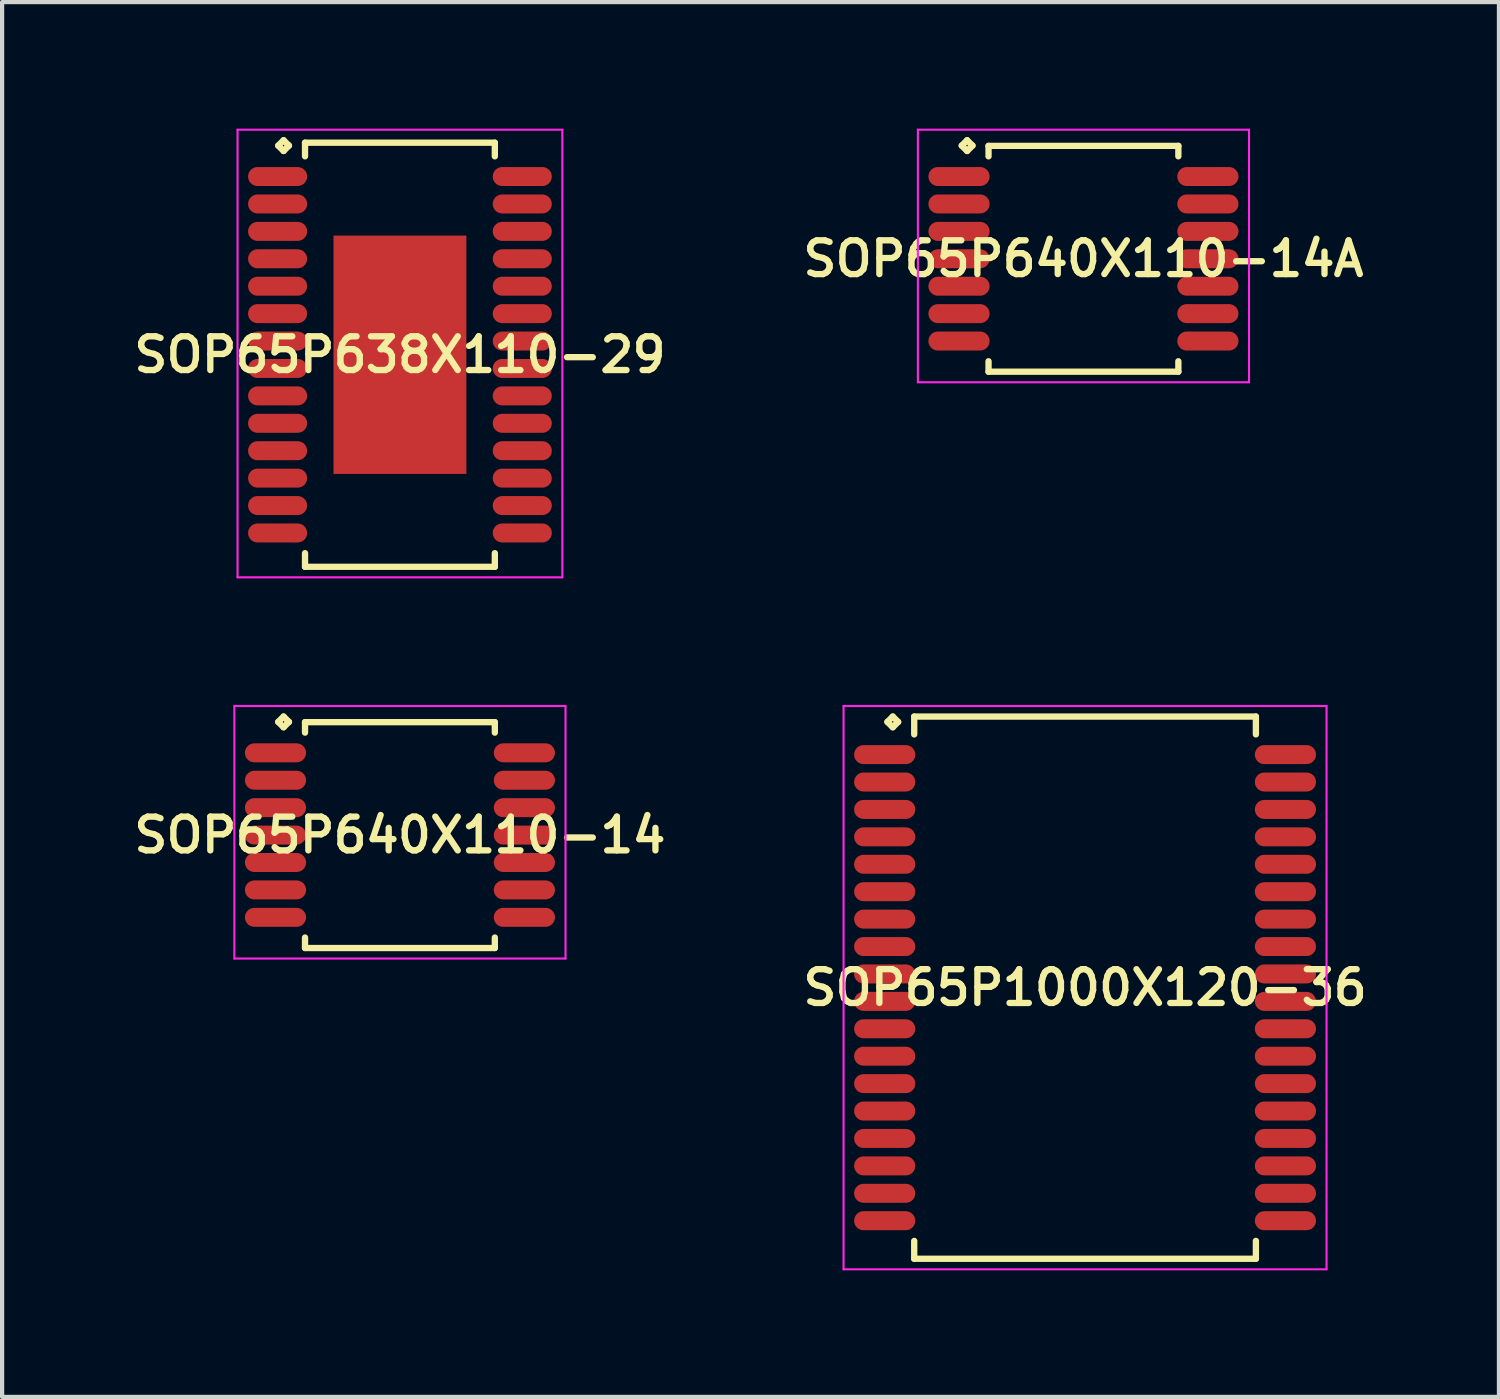
<source format=kicad_pcb>
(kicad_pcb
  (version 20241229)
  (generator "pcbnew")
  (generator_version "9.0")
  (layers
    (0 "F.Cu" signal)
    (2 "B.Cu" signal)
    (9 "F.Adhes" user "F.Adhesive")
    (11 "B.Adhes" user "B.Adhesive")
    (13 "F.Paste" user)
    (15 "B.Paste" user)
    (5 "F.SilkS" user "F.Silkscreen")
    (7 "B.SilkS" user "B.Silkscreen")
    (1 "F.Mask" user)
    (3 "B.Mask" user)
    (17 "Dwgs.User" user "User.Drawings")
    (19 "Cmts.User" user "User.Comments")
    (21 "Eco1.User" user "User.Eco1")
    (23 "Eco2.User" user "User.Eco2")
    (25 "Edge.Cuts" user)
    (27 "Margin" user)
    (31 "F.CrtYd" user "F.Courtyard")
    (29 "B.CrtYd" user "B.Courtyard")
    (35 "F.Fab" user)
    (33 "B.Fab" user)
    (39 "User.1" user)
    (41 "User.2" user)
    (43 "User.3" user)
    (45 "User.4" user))
  (footprint "SOP65P640X110-14A"
    (layer "F.Cu")
    (at 22.635 3.085)
    (property "Reference" "SOP65P640X110-14A" (at 0 0 0) (layer "F.SilkS") (effects (font (size 0.8 0.8) (thickness 0.15))))
    (attr smd)
    (fp_line (start -2.885 -2.683) (end -2.758 -2.81) (stroke (width 0.15) (type solid)) (layer "F.SilkS"))
    (fp_line (start -2.758 -2.81) (end -2.631 -2.683) (stroke (width 0.15) (type solid)) (layer "F.SilkS"))
    (fp_line (start -2.758 -2.556) (end -2.885 -2.683) (stroke (width 0.15) (type solid)) (layer "F.SilkS"))
    (fp_line (start -2.631 -2.683) (end -2.758 -2.556) (stroke (width 0.15) (type solid)) (layer "F.SilkS"))
    (fp_line (start -2.25 -2.677) (end 2.25 -2.677) (stroke (width 0.15) (type solid)) (layer "F.SilkS"))
    (fp_line (start -2.25 -2.429) (end -2.25 -2.677) (stroke (width 0.15) (type solid)) (layer "F.SilkS"))
    (fp_line (start -2.25 2.429) (end -2.25 2.677) (stroke (width 0.15) (type solid)) (layer "F.SilkS"))
    (fp_line (start -2.25 2.677) (end 2.25 2.677) (stroke (width 0.15) (type solid)) (layer "F.SilkS"))
    (fp_line (start 2.25 -2.677) (end 2.25 -2.429) (stroke (width 0.15) (type solid)) (layer "F.SilkS"))
    (fp_line (start 2.25 2.677) (end 2.25 2.429) (stroke (width 0.15) (type solid)) (layer "F.SilkS"))
    (fp_line (start -3.925 -3.06) (end 3.925 -3.06) (stroke (width 0.05) (type solid)) (layer "F.CrtYd"))
    (fp_line (start -3.925 2.927) (end -3.925 -3.06) (stroke (width 0.05) (type solid)) (layer "F.CrtYd"))
    (fp_line (start 3.925 -3.06) (end 3.925 2.927) (stroke (width 0.05) (type solid)) (layer "F.CrtYd"))
    (fp_line (start 3.925 2.927) (end -3.925 2.927) (stroke (width 0.05) (type solid)) (layer "F.CrtYd"))
    (pad "1" smd oval (at -2.95 -1.95) (size 1.45 0.45) (layers "F.Cu" "F.Mask" "F.Paste"))
    (pad "2" smd oval (at -2.95 -1.3) (size 1.45 0.45) (layers "F.Cu" "F.Mask" "F.Paste"))
    (pad "3" smd oval (at -2.95 -0.65) (size 1.45 0.45) (layers "F.Cu" "F.Mask" "F.Paste"))
    (pad "4" smd oval (at -2.95 0) (size 1.45 0.45) (layers "F.Cu" "F.Mask" "F.Paste"))
    (pad "5" smd oval (at -2.95 0.65) (size 1.45 0.45) (layers "F.Cu" "F.Mask" "F.Paste"))
    (pad "6" smd oval (at -2.95 1.3) (size 1.45 0.45) (layers "F.Cu" "F.Mask" "F.Paste"))
    (pad "7" smd oval (at -2.95 1.95) (size 1.45 0.45) (layers "F.Cu" "F.Mask" "F.Paste"))
    (pad "8" smd oval (at 2.95 1.95) (size 1.45 0.45) (layers "F.Cu" "F.Mask" "F.Paste"))
    (pad "9" smd oval (at 2.95 1.3) (size 1.45 0.45) (layers "F.Cu" "F.Mask" "F.Paste"))
    (pad "10" smd oval (at 2.95 0.65) (size 1.45 0.45) (layers "F.Cu" "F.Mask" "F.Paste"))
    (pad "11" smd oval (at 2.95 0) (size 1.45 0.45) (layers "F.Cu" "F.Mask" "F.Paste"))
    (pad "12" smd oval (at 2.95 -0.65) (size 1.45 0.45) (layers "F.Cu" "F.Mask" "F.Paste"))
    (pad "13" smd oval (at 2.95 -1.3) (size 1.45 0.45) (layers "F.Cu" "F.Mask" "F.Paste"))
    (pad "14" smd oval (at 2.95 -1.95) (size 1.45 0.45) (layers "F.Cu" "F.Mask" "F.Paste")))
  (footprint "SOP65P640X110-14"
    (layer "F.Cu")
    (at 6.431 16.747)
    (property "Reference" "SOP65P640X110-14" (at 0 0 0) (layer "F.SilkS") (effects (font (size 0.8 0.8) (thickness 0.15))))
    (attr smd)
    (fp_line (start -2.885 -2.683) (end -2.758 -2.81) (stroke (width 0.15) (type solid)) (layer "F.SilkS"))
    (fp_line (start -2.758 -2.81) (end -2.631 -2.683) (stroke (width 0.15) (type solid)) (layer "F.SilkS"))
    (fp_line (start -2.758 -2.556) (end -2.885 -2.683) (stroke (width 0.15) (type solid)) (layer "F.SilkS"))
    (fp_line (start -2.631 -2.683) (end -2.758 -2.556) (stroke (width 0.15) (type solid)) (layer "F.SilkS"))
    (fp_line (start -2.25 -2.677) (end 2.25 -2.677) (stroke (width 0.15) (type solid)) (layer "F.SilkS"))
    (fp_line (start -2.25 -2.429) (end -2.25 -2.677) (stroke (width 0.15) (type solid)) (layer "F.SilkS"))
    (fp_line (start -2.25 2.429) (end -2.25 2.677) (stroke (width 0.15) (type solid)) (layer "F.SilkS"))
    (fp_line (start -2.25 2.677) (end 2.25 2.677) (stroke (width 0.15) (type solid)) (layer "F.SilkS"))
    (fp_line (start 2.25 -2.677) (end 2.25 -2.429) (stroke (width 0.15) (type solid)) (layer "F.SilkS"))
    (fp_line (start 2.25 2.677) (end 2.25 2.429) (stroke (width 0.15) (type solid)) (layer "F.SilkS"))
    (fp_line (start -3.925 -3.06) (end 3.925 -3.06) (stroke (width 0.05) (type solid)) (layer "F.CrtYd"))
    (fp_line (start -3.925 2.927) (end -3.925 -3.06) (stroke (width 0.05) (type solid)) (layer "F.CrtYd"))
    (fp_line (start 3.925 -3.06) (end 3.925 2.927) (stroke (width 0.05) (type solid)) (layer "F.CrtYd"))
    (fp_line (start 3.925 2.927) (end -3.925 2.927) (stroke (width 0.05) (type solid)) (layer "F.CrtYd"))
    (pad "1" smd oval (at -2.95 -1.95) (size 1.45 0.45) (layers "F.Cu" "F.Mask" "F.Paste"))
    (pad "2" smd oval (at -2.95 -1.3) (size 1.45 0.45) (layers "F.Cu" "F.Mask" "F.Paste"))
    (pad "3" smd oval (at -2.95 -0.65) (size 1.45 0.45) (layers "F.Cu" "F.Mask" "F.Paste"))
    (pad "4" smd oval (at -2.95 0) (size 1.45 0.45) (layers "F.Cu" "F.Mask" "F.Paste"))
    (pad "5" smd oval (at -2.95 0.65) (size 1.45 0.45) (layers "F.Cu" "F.Mask" "F.Paste"))
    (pad "6" smd oval (at -2.95 1.3) (size 1.45 0.45) (layers "F.Cu" "F.Mask" "F.Paste"))
    (pad "7" smd oval (at -2.95 1.95) (size 1.45 0.45) (layers "F.Cu" "F.Mask" "F.Paste"))
    (pad "8" smd oval (at 2.95 1.95) (size 1.45 0.45) (layers "F.Cu" "F.Mask" "F.Paste"))
    (pad "9" smd oval (at 2.95 1.3) (size 1.45 0.45) (layers "F.Cu" "F.Mask" "F.Paste"))
    (pad "10" smd oval (at 2.95 0.65) (size 1.45 0.45) (layers "F.Cu" "F.Mask" "F.Paste"))
    (pad "11" smd oval (at 2.95 0) (size 1.45 0.45) (layers "F.Cu" "F.Mask" "F.Paste"))
    (pad "12" smd oval (at 2.95 -0.65) (size 1.45 0.45) (layers "F.Cu" "F.Mask" "F.Paste"))
    (pad "13" smd oval (at 2.95 -1.3) (size 1.45 0.45) (layers "F.Cu" "F.Mask" "F.Paste"))
    (pad "14" smd oval (at 2.95 -1.95) (size 1.45 0.45) (layers "F.Cu" "F.Mask" "F.Paste")))
  (footprint "SOP65P638X110-29"
    (layer "F.Cu")
    (at 6.431 5.36)
    (property "Reference" "SOP65P638X110-29" (at 0 0 0) (layer "F.SilkS") (effects (font (size 0.8 0.8) (thickness 0.15))))
    (attr smd)
    (fp_line (start -2.885 -4.958) (end -2.758 -5.085) (stroke (width 0.15) (type solid)) (layer "F.SilkS"))
    (fp_line (start -2.758 -5.085) (end -2.631 -4.958) (stroke (width 0.15) (type solid)) (layer "F.SilkS"))
    (fp_line (start -2.758 -4.831) (end -2.885 -4.958) (stroke (width 0.15) (type solid)) (layer "F.SilkS"))
    (fp_line (start -2.631 -4.958) (end -2.758 -4.831) (stroke (width 0.15) (type solid)) (layer "F.SilkS"))
    (fp_line (start -2.25 -5.027) (end 2.25 -5.027) (stroke (width 0.15) (type solid)) (layer "F.SilkS"))
    (fp_line (start -2.25 -4.704) (end -2.25 -5.027) (stroke (width 0.15) (type solid)) (layer "F.SilkS"))
    (fp_line (start -2.25 4.704) (end -2.25 5.027) (stroke (width 0.15) (type solid)) (layer "F.SilkS"))
    (fp_line (start -2.25 5.027) (end 2.25 5.027) (stroke (width 0.15) (type solid)) (layer "F.SilkS"))
    (fp_line (start 2.25 -5.027) (end 2.25 -4.704) (stroke (width 0.15) (type solid)) (layer "F.SilkS"))
    (fp_line (start 2.25 5.027) (end 2.25 4.704) (stroke (width 0.15) (type solid)) (layer "F.SilkS"))
    (fp_line (start -3.85 -5.335) (end 3.85 -5.335) (stroke (width 0.05) (type solid)) (layer "F.CrtYd"))
    (fp_line (start -3.85 5.277) (end -3.85 -5.335) (stroke (width 0.05) (type solid)) (layer "F.CrtYd"))
    (fp_line (start 3.85 -5.335) (end 3.85 5.277) (stroke (width 0.05) (type solid)) (layer "F.CrtYd"))
    (fp_line (start 3.85 5.277) (end -3.85 5.277) (stroke (width 0.05) (type solid)) (layer "F.CrtYd"))
    (pad "1" smd oval (at -2.9 -4.225) (size 1.4 0.45) (layers "F.Cu" "F.Mask" "F.Paste"))
    (pad "2" smd oval (at -2.9 -3.575) (size 1.4 0.45) (layers "F.Cu" "F.Mask" "F.Paste"))
    (pad "3" smd oval (at -2.9 -2.925) (size 1.4 0.45) (layers "F.Cu" "F.Mask" "F.Paste"))
    (pad "4" smd oval (at -2.9 -2.275) (size 1.4 0.45) (layers "F.Cu" "F.Mask" "F.Paste"))
    (pad "5" smd oval (at -2.9 -1.625) (size 1.4 0.45) (layers "F.Cu" "F.Mask" "F.Paste"))
    (pad "6" smd oval (at -2.9 -0.975) (size 1.4 0.45) (layers "F.Cu" "F.Mask" "F.Paste"))
    (pad "7" smd oval (at -2.9 -0.325) (size 1.4 0.45) (layers "F.Cu" "F.Mask" "F.Paste"))
    (pad "8" smd oval (at -2.9 0.325) (size 1.4 0.45) (layers "F.Cu" "F.Mask" "F.Paste"))
    (pad "9" smd oval (at -2.9 0.975) (size 1.4 0.45) (layers "F.Cu" "F.Mask" "F.Paste"))
    (pad "10" smd oval (at -2.9 1.625) (size 1.4 0.45) (layers "F.Cu" "F.Mask" "F.Paste"))
    (pad "11" smd oval (at -2.9 2.275) (size 1.4 0.45) (layers "F.Cu" "F.Mask" "F.Paste"))
    (pad "12" smd oval (at -2.9 2.925) (size 1.4 0.45) (layers "F.Cu" "F.Mask" "F.Paste"))
    (pad "13" smd oval (at -2.9 3.575) (size 1.4 0.45) (layers "F.Cu" "F.Mask" "F.Paste"))
    (pad "14" smd oval (at -2.9 4.225) (size 1.4 0.45) (layers "F.Cu" "F.Mask" "F.Paste"))
    (pad "15" smd oval (at 2.9 4.225) (size 1.4 0.45) (layers "F.Cu" "F.Mask" "F.Paste"))
    (pad "16" smd oval (at 2.9 3.575) (size 1.4 0.45) (layers "F.Cu" "F.Mask" "F.Paste"))
    (pad "17" smd oval (at 2.9 2.925) (size 1.4 0.45) (layers "F.Cu" "F.Mask" "F.Paste"))
    (pad "18" smd oval (at 2.9 2.275) (size 1.4 0.45) (layers "F.Cu" "F.Mask" "F.Paste"))
    (pad "19" smd oval (at 2.9 1.625) (size 1.4 0.45) (layers "F.Cu" "F.Mask" "F.Paste"))
    (pad "20" smd oval (at 2.9 0.975) (size 1.4 0.45) (layers "F.Cu" "F.Mask" "F.Paste"))
    (pad "21" smd oval (at 2.9 0.325) (size 1.4 0.45) (layers "F.Cu" "F.Mask" "F.Paste"))
    (pad "22" smd oval (at 2.9 -0.325) (size 1.4 0.45) (layers "F.Cu" "F.Mask" "F.Paste"))
    (pad "23" smd oval (at 2.9 -0.975) (size 1.4 0.45) (layers "F.Cu" "F.Mask" "F.Paste"))
    (pad "24" smd oval (at 2.9 -1.625) (size 1.4 0.45) (layers "F.Cu" "F.Mask" "F.Paste"))
    (pad "25" smd oval (at 2.9 -2.275) (size 1.4 0.45) (layers "F.Cu" "F.Mask" "F.Paste"))
    (pad "26" smd oval (at 2.9 -2.925) (size 1.4 0.45) (layers "F.Cu" "F.Mask" "F.Paste"))
    (pad "27" smd oval (at 2.9 -3.575) (size 1.4 0.45) (layers "F.Cu" "F.Mask" "F.Paste"))
    (pad "28" smd oval (at 2.9 -4.225) (size 1.4 0.45) (layers "F.Cu" "F.Mask" "F.Paste"))
    (pad "29" smd rect (at 0 0) (size 3.15 5.65) (layers "F.Cu" "F.Mask" "F.Paste")))
  (footprint "SOP65P1000X120-36"
    (layer "F.Cu")
    (at 22.673 20.364)
    (property "Reference" "SOP65P1000X120-36" (at 0 0 0) (layer "F.SilkS") (effects (font (size 0.8 0.8) (thickness 0.15))))
    (attr smd)
    (fp_line (start -4.685 -6.3) (end -4.558 -6.427) (stroke (width 0.15) (type solid)) (layer "F.SilkS"))
    (fp_line (start -4.558 -6.427) (end -4.431 -6.3) (stroke (width 0.15) (type solid)) (layer "F.SilkS"))
    (fp_line (start -4.558 -6.173) (end -4.685 -6.3) (stroke (width 0.15) (type solid)) (layer "F.SilkS"))
    (fp_line (start -4.431 -6.3) (end -4.558 -6.173) (stroke (width 0.15) (type solid)) (layer "F.SilkS"))
    (fp_line (start -4.05 -6.427) (end 4.05 -6.427) (stroke (width 0.15) (type solid)) (layer "F.SilkS"))
    (fp_line (start -4.05 -6.004) (end -4.05 -6.427) (stroke (width 0.15) (type solid)) (layer "F.SilkS"))
    (fp_line (start -4.05 6.004) (end -4.05 6.427) (stroke (width 0.15) (type solid)) (layer "F.SilkS"))
    (fp_line (start -4.05 6.427) (end 4.05 6.427) (stroke (width 0.15) (type solid)) (layer "F.SilkS"))
    (fp_line (start 4.05 -6.427) (end 4.05 -6.004) (stroke (width 0.15) (type solid)) (layer "F.SilkS"))
    (fp_line (start 4.05 6.427) (end 4.05 6.004) (stroke (width 0.15) (type solid)) (layer "F.SilkS"))
    (fp_line (start -5.725 -6.677) (end 5.725 -6.677) (stroke (width 0.05) (type solid)) (layer "F.CrtYd"))
    (fp_line (start -5.725 6.677) (end -5.725 -6.677) (stroke (width 0.05) (type solid)) (layer "F.CrtYd"))
    (fp_line (start 5.725 -6.677) (end 5.725 6.677) (stroke (width 0.05) (type solid)) (layer "F.CrtYd"))
    (fp_line (start 5.725 6.677) (end -5.725 6.677) (stroke (width 0.05) (type solid)) (layer "F.CrtYd"))
    (pad "1" smd oval (at -4.75 -5.525) (size 1.45 0.45) (layers "F.Cu" "F.Mask" "F.Paste"))
    (pad "2" smd oval (at -4.75 -4.875) (size 1.45 0.45) (layers "F.Cu" "F.Mask" "F.Paste"))
    (pad "3" smd oval (at -4.75 -4.225) (size 1.45 0.45) (layers "F.Cu" "F.Mask" "F.Paste"))
    (pad "4" smd oval (at -4.75 -3.575) (size 1.45 0.45) (layers "F.Cu" "F.Mask" "F.Paste"))
    (pad "5" smd oval (at -4.75 -2.925) (size 1.45 0.45) (layers "F.Cu" "F.Mask" "F.Paste"))
    (pad "6" smd oval (at -4.75 -2.275) (size 1.45 0.45) (layers "F.Cu" "F.Mask" "F.Paste"))
    (pad "7" smd oval (at -4.75 -1.625) (size 1.45 0.45) (layers "F.Cu" "F.Mask" "F.Paste"))
    (pad "8" smd oval (at -4.75 -0.975) (size 1.45 0.45) (layers "F.Cu" "F.Mask" "F.Paste"))
    (pad "9" smd oval (at -4.75 -0.325) (size 1.45 0.45) (layers "F.Cu" "F.Mask" "F.Paste"))
    (pad "10" smd oval (at -4.75 0.325) (size 1.45 0.45) (layers "F.Cu" "F.Mask" "F.Paste"))
    (pad "11" smd oval (at -4.75 0.975) (size 1.45 0.45) (layers "F.Cu" "F.Mask" "F.Paste"))
    (pad "12" smd oval (at -4.75 1.625) (size 1.45 0.45) (layers "F.Cu" "F.Mask" "F.Paste"))
    (pad "13" smd oval (at -4.75 2.275) (size 1.45 0.45) (layers "F.Cu" "F.Mask" "F.Paste"))
    (pad "14" smd oval (at -4.75 2.925) (size 1.45 0.45) (layers "F.Cu" "F.Mask" "F.Paste"))
    (pad "15" smd oval (at -4.75 3.575) (size 1.45 0.45) (layers "F.Cu" "F.Mask" "F.Paste"))
    (pad "16" smd oval (at -4.75 4.225) (size 1.45 0.45) (layers "F.Cu" "F.Mask" "F.Paste"))
    (pad "17" smd oval (at -4.75 4.875) (size 1.45 0.45) (layers "F.Cu" "F.Mask" "F.Paste"))
    (pad "18" smd oval (at -4.75 5.525) (size 1.45 0.45) (layers "F.Cu" "F.Mask" "F.Paste"))
    (pad "19" smd oval (at 4.75 5.525) (size 1.45 0.45) (layers "F.Cu" "F.Mask" "F.Paste"))
    (pad "20" smd oval (at 4.75 4.875) (size 1.45 0.45) (layers "F.Cu" "F.Mask" "F.Paste"))
    (pad "21" smd oval (at 4.75 4.225) (size 1.45 0.45) (layers "F.Cu" "F.Mask" "F.Paste"))
    (pad "22" smd oval (at 4.75 3.575) (size 1.45 0.45) (layers "F.Cu" "F.Mask" "F.Paste"))
    (pad "23" smd oval (at 4.75 2.925) (size 1.45 0.45) (layers "F.Cu" "F.Mask" "F.Paste"))
    (pad "24" smd oval (at 4.75 2.275) (size 1.45 0.45) (layers "F.Cu" "F.Mask" "F.Paste"))
    (pad "25" smd oval (at 4.75 1.625) (size 1.45 0.45) (layers "F.Cu" "F.Mask" "F.Paste"))
    (pad "26" smd oval (at 4.75 0.975) (size 1.45 0.45) (layers "F.Cu" "F.Mask" "F.Paste"))
    (pad "27" smd oval (at 4.75 0.325) (size 1.45 0.45) (layers "F.Cu" "F.Mask" "F.Paste"))
    (pad "28" smd oval (at 4.75 -0.325) (size 1.45 0.45) (layers "F.Cu" "F.Mask" "F.Paste"))
    (pad "29" smd oval (at 4.75 -0.975) (size 1.45 0.45) (layers "F.Cu" "F.Mask" "F.Paste"))
    (pad "30" smd oval (at 4.75 -1.625) (size 1.45 0.45) (layers "F.Cu" "F.Mask" "F.Paste"))
    (pad "31" smd oval (at 4.75 -2.275) (size 1.45 0.45) (layers "F.Cu" "F.Mask" "F.Paste"))
    (pad "32" smd oval (at 4.75 -2.925) (size 1.45 0.45) (layers "F.Cu" "F.Mask" "F.Paste"))
    (pad "33" smd oval (at 4.75 -3.575) (size 1.45 0.45) (layers "F.Cu" "F.Mask" "F.Paste"))
    (pad "34" smd oval (at 4.75 -4.225) (size 1.45 0.45) (layers "F.Cu" "F.Mask" "F.Paste"))
    (pad "35" smd oval (at 4.75 -4.875) (size 1.45 0.45) (layers "F.Cu" "F.Mask" "F.Paste"))
    (pad "36" smd oval (at 4.75 -5.525) (size 1.45 0.45) (layers "F.Cu" "F.Mask" "F.Paste")))
  (gr_rect
    (start -3 -3)
    (end 32.485 30.066)
    (stroke (width 0.1) (type default))
    (fill no)
    (layer "Edge.Cuts")))
</source>
